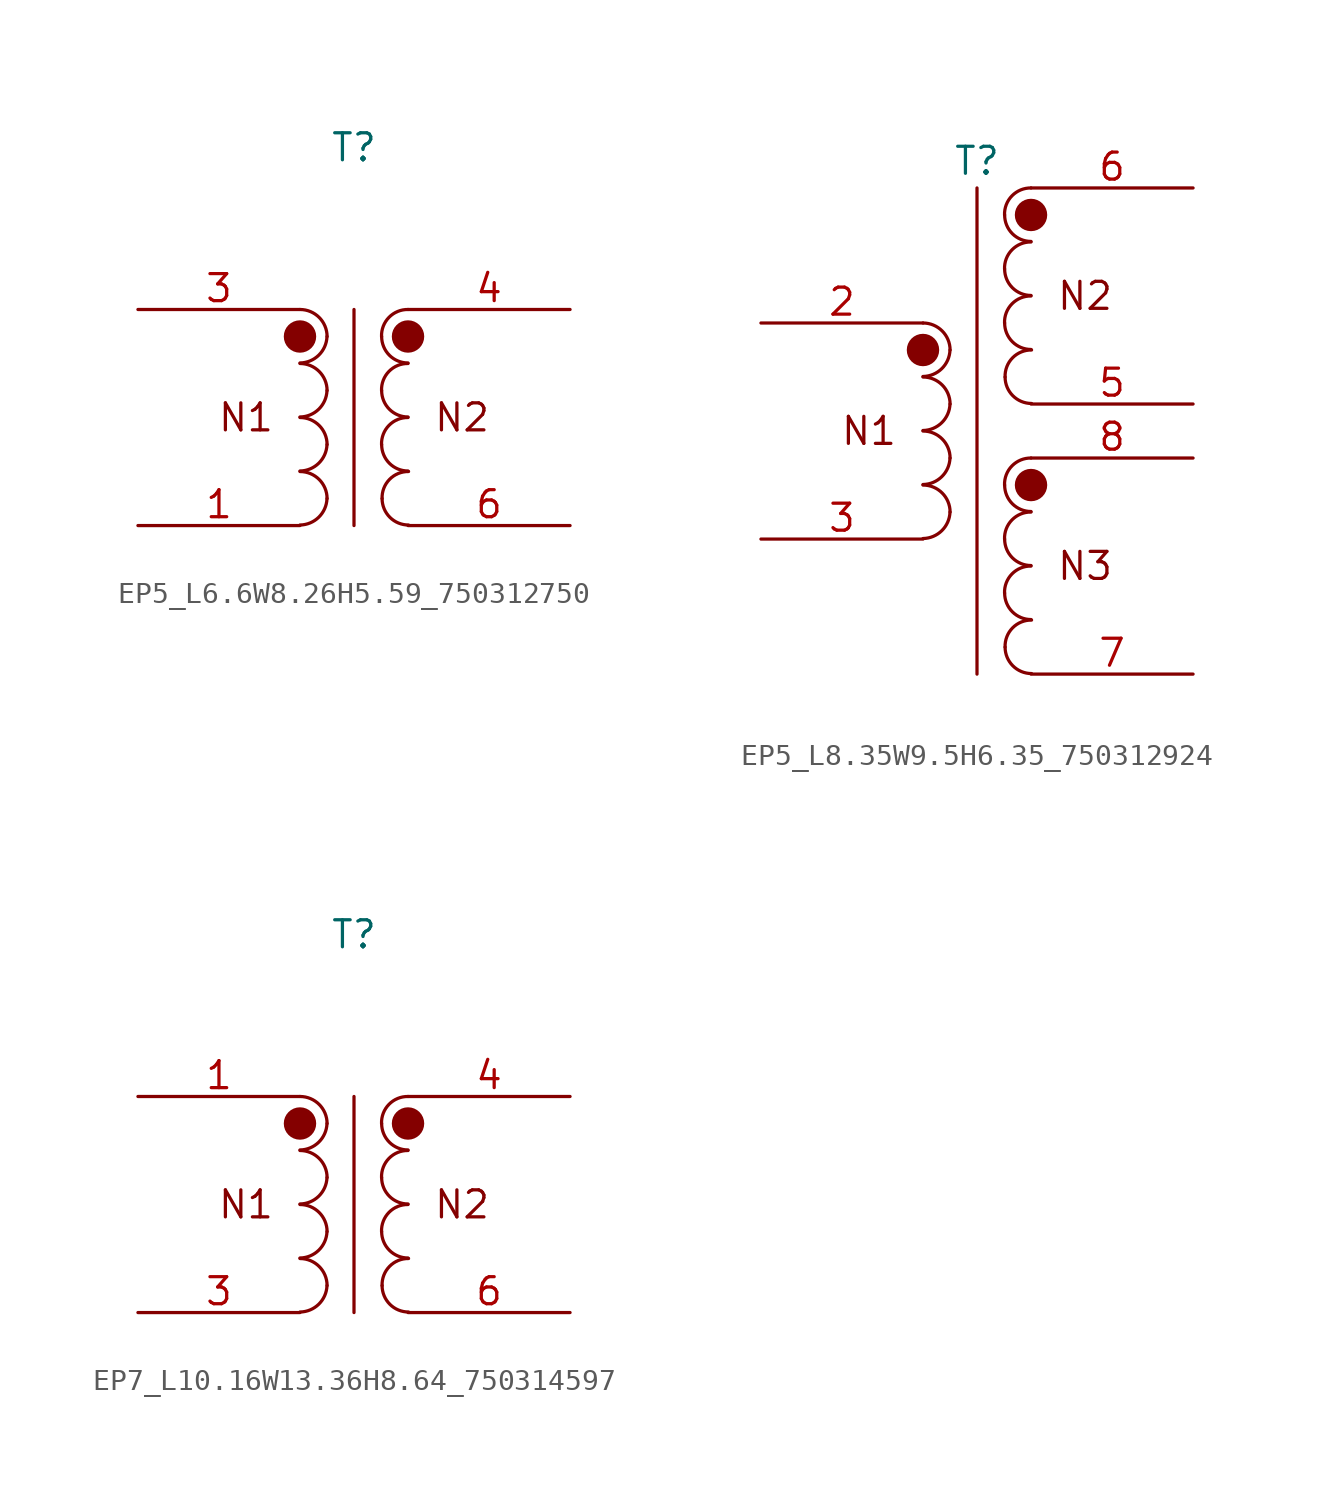
<source format=kicad_sym>
(kicad_symbol_lib
  (version 20220914)
  (generator kicad_symbol_editor)
  (symbol "EP5_L6.6W8.26H5.59_750312750"
    (pin_names hide)
    (property "Reference" "T"
      (at 0 12.7 0)
      (effects (font (size 1.27 1.27))))
    (symbol "EP5_L6.6W8.26H5.59_750312750_0_1"
      (arc (start -2.54 -5.0546) (mid -1.6599 -4.6901) (end -1.27 -3.81) (stroke (width 0) (type default)) (fill (type none)))
      (arc (start -2.54 -2.5146) (mid -1.6599 -2.1501) (end -1.27 -1.27) (stroke (width 0) (type default)) (fill (type none)))
      (arc (start -2.54 0.0254) (mid -1.6599 0.3899) (end -1.27 1.27) (stroke (width 0) (type default)) (fill (type none)))
      (arc (start -2.54 2.5654) (mid -1.6599 2.9299) (end -1.27 3.81) (stroke (width 0) (type default)) (fill (type none)))
      (arc (start -1.27 -3.81) (mid -1.642 -2.912) (end -2.54 -2.54) (stroke (width 0) (type default)) (fill (type none)))
      (arc (start -1.27 -1.27) (mid -1.642 -0.372) (end -2.54 0) (stroke (width 0) (type default)) (fill (type none)))
      (arc (start -1.27 1.27) (mid -1.642 2.168) (end -2.54 2.54) (stroke (width 0) (type default)) (fill (type none)))
      (arc (start -1.27 3.81) (mid -1.642 4.708) (end -2.54 5.08) (stroke (width 0) (type default)) (fill (type none)))
      (polyline (pts (xy 0 5.08) (xy 0 -5.08)) (stroke (width 0) (type default)) (fill (type none)))
      (arc (start 1.2954 -1.27) (mid 1.6599 -2.1501) (end 2.54 -2.5146) (stroke (width 0) (type default)) (fill (type none)))
      (arc (start 1.2954 1.27) (mid 1.6599 0.3899) (end 2.54 0.0254) (stroke (width 0) (type default)) (fill (type none)))
      (arc (start 1.2954 3.81) (mid 1.6599 2.9299) (end 2.54 2.5654) (stroke (width 0) (type default)) (fill (type none)))
      (arc (start 1.3208 -3.81) (mid 1.6853 -4.6901) (end 2.5654 -5.0546) (stroke (width 0) (type default)) (fill (type none)))
      (arc (start 2.54 0) (mid 1.642 -0.372) (end 1.2954 -1.27) (stroke (width 0) (type default)) (fill (type none)))
      (arc (start 2.54 2.54) (mid 1.642 2.168) (end 1.2954 1.27) (stroke (width 0) (type default)) (fill (type none)))
      (arc (start 2.54 5.08) (mid 1.642 4.708) (end 1.2954 3.81) (stroke (width 0) (type default)) (fill (type none)))
      (arc (start 2.5654 -2.54) (mid 1.6674 -2.912) (end 1.3208 -3.81) (stroke (width 0) (type default)) (fill (type none))))
    (symbol "EP5_L6.6W8.26H5.59_750312750_1_1"
      (circle (center -2.54 3.81) (radius 0.0001) (stroke (width 0.762) (type default)) (fill (type none)))
      (circle (center 2.54 3.81) (radius 0.0001) (stroke (width 0.762) (type default)) (fill (type none)))
      (text "N1" (at -5.08 0 0) (effects (font (size 1.27 1.27))))
      (text "N2" (at 5.08 0 0) (effects (font (size 1.27 1.27))))
      (pin passive line (at -10.16 -5.08 0) (length 7.62) (name "1" (effects (font (size 1.27 1.27)))) (number "1" (effects (font (size 1.27 1.27)))))
      (pin passive line (at -10.16 5.08 0) (length 7.62) (name "3" (effects (font (size 1.27 1.27)))) (number "3" (effects (font (size 1.27 1.27)))))
      (pin passive line (at 10.16 5.08 180) (length 7.62) (name "4" (effects (font (size 1.27 1.27)))) (number "4" (effects (font (size 1.27 1.27)))))
      (pin passive line (at 10.16 -5.08 180) (length 7.62) (name "6" (effects (font (size 1.27 1.27)))) (number "6" (effects (font (size 1.27 1.27)))))))
  (symbol "EP5_L8.35W9.5H6.35_750312924"
    (pin_names hide)
    (property "Reference" "T"
      (at 0 12.7 0)
      (effects (font (size 1.27 1.27))))
    (symbol "EP5_L8.35W9.5H6.35_750312924_0_1"
      (arc (start -2.54 -5.0546) (mid -1.6599 -4.6901) (end -1.27 -3.81) (stroke (width 0) (type default)) (fill (type none)))
      (arc (start -2.54 -2.5146) (mid -1.6599 -2.1501) (end -1.27 -1.27) (stroke (width 0) (type default)) (fill (type none)))
      (arc (start -2.54 0.0254) (mid -1.6599 0.3899) (end -1.27 1.27) (stroke (width 0) (type default)) (fill (type none)))
      (arc (start -2.54 2.5654) (mid -1.6599 2.9299) (end -1.27 3.81) (stroke (width 0) (type default)) (fill (type none)))
      (arc (start -1.27 -3.81) (mid -1.642 -2.912) (end -2.54 -2.54) (stroke (width 0) (type default)) (fill (type none)))
      (arc (start -1.27 -1.27) (mid -1.642 -0.372) (end -2.54 0) (stroke (width 0) (type default)) (fill (type none)))
      (arc (start -1.27 1.27) (mid -1.642 2.168) (end -2.54 2.54) (stroke (width 0) (type default)) (fill (type none)))
      (arc (start -1.27 3.81) (mid -1.642 4.708) (end -2.54 5.08) (stroke (width 0) (type default)) (fill (type none)))
      (polyline (pts (xy 0 11.43) (xy 0 -11.43)) (stroke (width 0) (type default)) (fill (type none)))
      (arc (start 1.2954 -7.62) (mid 1.6599 -8.5001) (end 2.54 -8.8646) (stroke (width 0) (type default)) (fill (type none)))
      (arc (start 1.2954 -5.08) (mid 1.6599 -5.9601) (end 2.54 -6.3246) (stroke (width 0) (type default)) (fill (type none)))
      (arc (start 1.2954 -2.54) (mid 1.6599 -3.4201) (end 2.54 -3.7846) (stroke (width 0) (type default)) (fill (type none)))
      (arc (start 1.2954 5.08) (mid 1.6599 4.1999) (end 2.54 3.8354) (stroke (width 0) (type default)) (fill (type none)))
      (arc (start 1.2954 7.62) (mid 1.6599 6.7399) (end 2.54 6.3754) (stroke (width 0) (type default)) (fill (type none)))
      (arc (start 1.2954 10.16) (mid 1.6599 9.2799) (end 2.54 8.9154) (stroke (width 0) (type default)) (fill (type none)))
      (arc (start 1.3208 -10.16) (mid 1.6855 -11.0399) (end 2.5654 -11.4046) (stroke (width 0) (type default)) (fill (type none)))
      (arc (start 1.3208 2.54) (mid 1.6854 1.6601) (end 2.5654 1.2954) (stroke (width 0) (type default)) (fill (type none)))
      (arc (start 2.54 -6.35) (mid 1.6458 -6.7185) (end 1.2954 -7.62) (stroke (width 0) (type default)) (fill (type none)))
      (arc (start 2.54 -3.81) (mid 1.6458 -4.1785) (end 1.2954 -5.08) (stroke (width 0) (type default)) (fill (type none)))
      (arc (start 2.54 -1.27) (mid 1.6458 -1.6385) (end 1.2954 -2.54) (stroke (width 0) (type default)) (fill (type none)))
      (arc (start 2.54 6.35) (mid 1.6458 5.9815) (end 1.2954 5.08) (stroke (width 0) (type default)) (fill (type none)))
      (arc (start 2.54 8.89) (mid 1.6458 8.5215) (end 1.2954 7.62) (stroke (width 0) (type default)) (fill (type none)))
      (arc (start 2.54 11.43) (mid 1.6458 11.0615) (end 1.2954 10.16) (stroke (width 0) (type default)) (fill (type none)))
      (arc (start 2.5654 -8.89) (mid 1.6709 -9.2583) (end 1.3208 -10.16) (stroke (width 0) (type default)) (fill (type none)))
      (arc (start 2.5654 3.81) (mid 1.6709 3.4417) (end 1.3208 2.54) (stroke (width 0) (type default)) (fill (type none))))
    (symbol "EP5_L8.35W9.5H6.35_750312924_1_1"
      (circle (center -2.54 3.81) (radius 0.0001) (stroke (width 0.762) (type default)) (fill (type none)))
      (circle (center 2.54 -2.54) (radius 0.0001) (stroke (width 0.762) (type default)) (fill (type none)))
      (circle (center 2.54 10.16) (radius 0.0001) (stroke (width 0.762) (type default)) (fill (type none)))
      (text "N1" (at -5.08 0 0) (effects (font (size 1.27 1.27))))
      (text "N2" (at 5.08 6.35 0) (effects (font (size 1.27 1.27))))
      (text "N3" (at 5.08 -6.35 0) (effects (font (size 1.27 1.27))))
      (pin passive line (at -10.16 5.08 0) (length 7.62) (name "2" (effects (font (size 1.27 1.27)))) (number "2" (effects (font (size 1.27 1.27)))))
      (pin passive line (at -10.16 -5.08 0) (length 7.62) (name "3" (effects (font (size 1.27 1.27)))) (number "3" (effects (font (size 1.27 1.27)))))
      (pin passive line (at 10.16 1.27 180) (length 7.62) (name "5" (effects (font (size 1.27 1.27)))) (number "5" (effects (font (size 1.27 1.27)))))
      (pin passive line (at 10.16 11.43 180) (length 7.62) (name "6" (effects (font (size 1.27 1.27)))) (number "6" (effects (font (size 1.27 1.27)))))
      (pin passive line (at 10.16 -11.43 180) (length 7.62) (name "7" (effects (font (size 1.27 1.27)))) (number "7" (effects (font (size 1.27 1.27)))))
      (pin passive line (at 10.16 -1.27 180) (length 7.62) (name "8" (effects (font (size 1.27 1.27)))) (number "8" (effects (font (size 1.27 1.27)))))))
  (symbol "EP7_L10.16W13.36H8.64_750314597"
    (pin_names hide)
    (property "Reference" "T"
      (at 0 12.7 0)
      (effects (font (size 1.27 1.27))))
    (symbol "EP7_L10.16W13.36H8.64_750314597_0_1"
      (arc (start -2.54 -5.0546) (mid -1.6599 -4.6901) (end -1.27 -3.81) (stroke (width 0) (type default)) (fill (type none)))
      (arc (start -2.54 -2.5146) (mid -1.6599 -2.1501) (end -1.27 -1.27) (stroke (width 0) (type default)) (fill (type none)))
      (arc (start -2.54 0.0254) (mid -1.6599 0.3899) (end -1.27 1.27) (stroke (width 0) (type default)) (fill (type none)))
      (arc (start -2.54 2.5654) (mid -1.6599 2.9299) (end -1.27 3.81) (stroke (width 0) (type default)) (fill (type none)))
      (arc (start -1.27 -3.81) (mid -1.642 -2.912) (end -2.54 -2.54) (stroke (width 0) (type default)) (fill (type none)))
      (arc (start -1.27 -1.27) (mid -1.642 -0.372) (end -2.54 0) (stroke (width 0) (type default)) (fill (type none)))
      (arc (start -1.27 1.27) (mid -1.642 2.168) (end -2.54 2.54) (stroke (width 0) (type default)) (fill (type none)))
      (arc (start -1.27 3.81) (mid -1.642 4.708) (end -2.54 5.08) (stroke (width 0) (type default)) (fill (type none)))
      (polyline (pts (xy 0 5.08) (xy 0 -5.08)) (stroke (width 0) (type default)) (fill (type none)))
      (arc (start 1.2954 -1.27) (mid 1.6599 -2.1501) (end 2.54 -2.5146) (stroke (width 0) (type default)) (fill (type none)))
      (arc (start 1.2954 1.27) (mid 1.6599 0.3899) (end 2.54 0.0254) (stroke (width 0) (type default)) (fill (type none)))
      (arc (start 1.2954 3.81) (mid 1.6599 2.9299) (end 2.54 2.5654) (stroke (width 0) (type default)) (fill (type none)))
      (arc (start 1.3208 -3.81) (mid 1.6853 -4.6901) (end 2.5654 -5.0546) (stroke (width 0) (type default)) (fill (type none)))
      (arc (start 2.54 0) (mid 1.642 -0.372) (end 1.2954 -1.27) (stroke (width 0) (type default)) (fill (type none)))
      (arc (start 2.54 2.54) (mid 1.642 2.168) (end 1.2954 1.27) (stroke (width 0) (type default)) (fill (type none)))
      (arc (start 2.54 5.08) (mid 1.642 4.708) (end 1.2954 3.81) (stroke (width 0) (type default)) (fill (type none)))
      (arc (start 2.5654 -2.54) (mid 1.6674 -2.912) (end 1.3208 -3.81) (stroke (width 0) (type default)) (fill (type none))))
    (symbol "EP7_L10.16W13.36H8.64_750314597_1_1"
      (circle (center -2.54 3.81) (radius 0.0001) (stroke (width 0.762) (type default)) (fill (type none)))
      (circle (center 2.54 3.81) (radius 0.0001) (stroke (width 0.762) (type default)) (fill (type none)))
      (text "N1" (at -5.08 0 0) (effects (font (size 1.27 1.27))))
      (text "N2" (at 5.08 0 0) (effects (font (size 1.27 1.27))))
      (pin passive line (at -10.16 5.08 0) (length 7.62) (name "1" (effects (font (size 1.27 1.27)))) (number "1" (effects (font (size 1.27 1.27)))))
      (pin passive line (at -10.16 -5.08 0) (length 7.62) (name "3" (effects (font (size 1.27 1.27)))) (number "3" (effects (font (size 1.27 1.27)))))
      (pin passive line (at 10.16 5.08 180) (length 7.62) (name "4" (effects (font (size 1.27 1.27)))) (number "4" (effects (font (size 1.27 1.27)))))
      (pin passive line (at 10.16 -5.08 180) (length 7.62) (name "6" (effects (font (size 1.27 1.27)))) (number "6" (effects (font (size 1.27 1.27))))))))
</source>
